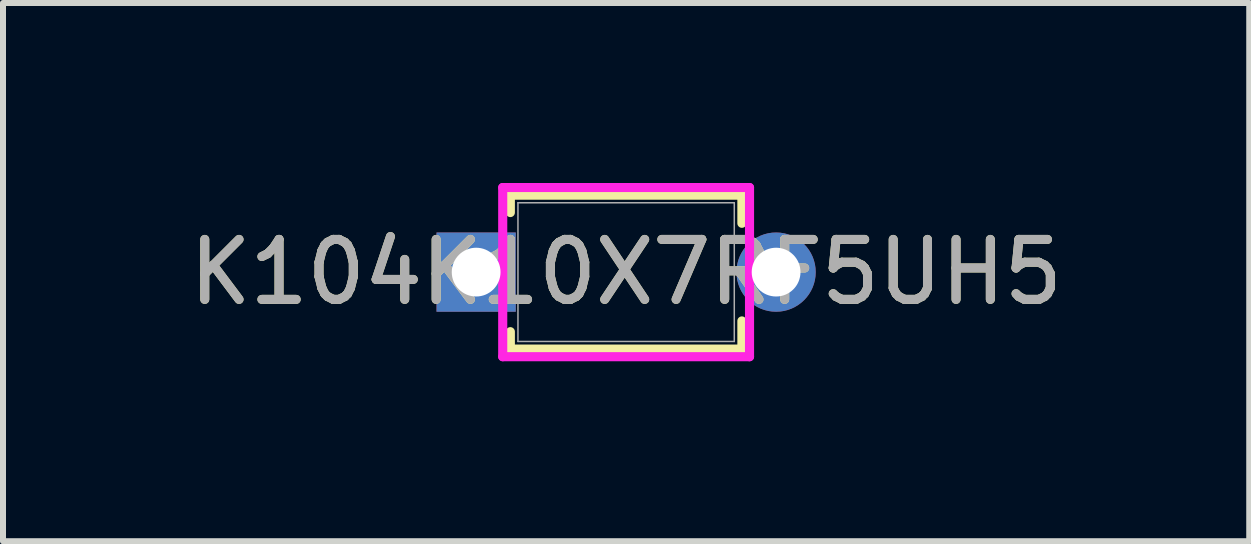
<source format=kicad_pcb>
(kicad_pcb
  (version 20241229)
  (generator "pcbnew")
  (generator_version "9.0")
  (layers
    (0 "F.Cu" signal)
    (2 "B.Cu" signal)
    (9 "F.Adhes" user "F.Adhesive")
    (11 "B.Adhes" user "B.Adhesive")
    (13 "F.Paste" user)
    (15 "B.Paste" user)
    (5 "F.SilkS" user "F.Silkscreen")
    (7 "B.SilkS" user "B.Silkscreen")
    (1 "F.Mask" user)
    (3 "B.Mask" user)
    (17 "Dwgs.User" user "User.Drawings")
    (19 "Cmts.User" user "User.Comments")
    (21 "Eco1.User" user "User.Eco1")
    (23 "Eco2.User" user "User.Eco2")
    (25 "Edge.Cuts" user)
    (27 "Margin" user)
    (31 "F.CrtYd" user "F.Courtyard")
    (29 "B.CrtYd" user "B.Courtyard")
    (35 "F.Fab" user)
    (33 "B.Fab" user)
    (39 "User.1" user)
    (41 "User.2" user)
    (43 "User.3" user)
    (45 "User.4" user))
  (footprint "K104K10X7RF5UH5"
    (layer "F.Cu")
    (at 4.887 1.486)
    (property "Reference" "K104K10X7RF5UH5" (at 2.5 0 0) (unlocked yes) (layer "F.SilkS") (effects (font (size 1 1) (thickness 0.15))))
    (attr through_hole)
    (fp_line (start 0.57 -1.283) (end 0.57 -0.993) (stroke (width 0.152) (type solid)) (layer "F.SilkS"))
    (fp_line (start 0.57 0.993) (end 0.57 1.283) (stroke (width 0.152) (type solid)) (layer "F.SilkS"))
    (fp_line (start 4.43 -1.283) (end 0.57 -1.283) (stroke (width 0.152) (type solid)) (layer "F.SilkS"))
    (fp_line (start 4.43 -1.283) (end 4.43 -0.814) (stroke (width 0.152) (type solid)) (layer "F.SilkS"))
    (fp_line (start 4.43 0.814) (end 4.43 1.283) (stroke (width 0.152) (type solid)) (layer "F.SilkS"))
    (fp_line (start 4.43 1.283) (end 0.57 1.283) (stroke (width 0.152) (type solid)) (layer "F.SilkS"))
    (fp_line (start 0.443 -1.41) (end 4.557 -1.41) (stroke (width 0.152) (type solid)) (layer "F.CrtYd"))
    (fp_line (start 0.443 1.41) (end 0.443 -1.41) (stroke (width 0.152) (type solid)) (layer "F.CrtYd"))
    (fp_line (start 4.557 -1.41) (end 4.557 1.41) (stroke (width 0.152) (type solid)) (layer "F.CrtYd"))
    (fp_line (start 4.557 1.41) (end 0.443 1.41) (stroke (width 0.152) (type solid)) (layer "F.CrtYd"))
    (fp_line (start 0.697 -1.156) (end 0.697 1.156) (stroke (width 0.025) (type solid)) (layer "F.Fab"))
    (fp_line (start 4.303 -1.156) (end 0.697 -1.156) (stroke (width 0.025) (type solid)) (layer "F.Fab"))
    (fp_line (start 4.303 -1.156) (end 4.303 1.156) (stroke (width 0.025) (type solid)) (layer "F.Fab"))
    (fp_line (start 4.303 1.156) (end 0.697 1.156) (stroke (width 0.025) (type solid)) (layer "F.Fab"))
    (fp_circle (center 1.205 0) (end 1.205 0) (stroke (width 0.025) (type solid)) (fill no) (layer "F.Fab"))
    (fp_text user "${REFERENCE}" (at 2.5 0 0) (unlocked yes) (layer "F.Fab") (effects (font (size 1 1) (thickness 0.15))))
    (pad "1" thru_hole rect (at 0 0) (size 1.321 1.321) (drill 0.813) (layers "*.Cu" "*.Mask"))
    (pad "2" thru_hole circle (at 5 0) (size 1.321 1.321) (drill 0.813) (layers "*.Cu" "*.Mask")))
  (gr_rect
    (start -3 -3)
    (end 17.774 5.972)
    (stroke (width 0.1) (type default))
    (fill no)
    (layer "Edge.Cuts")))
</source>
